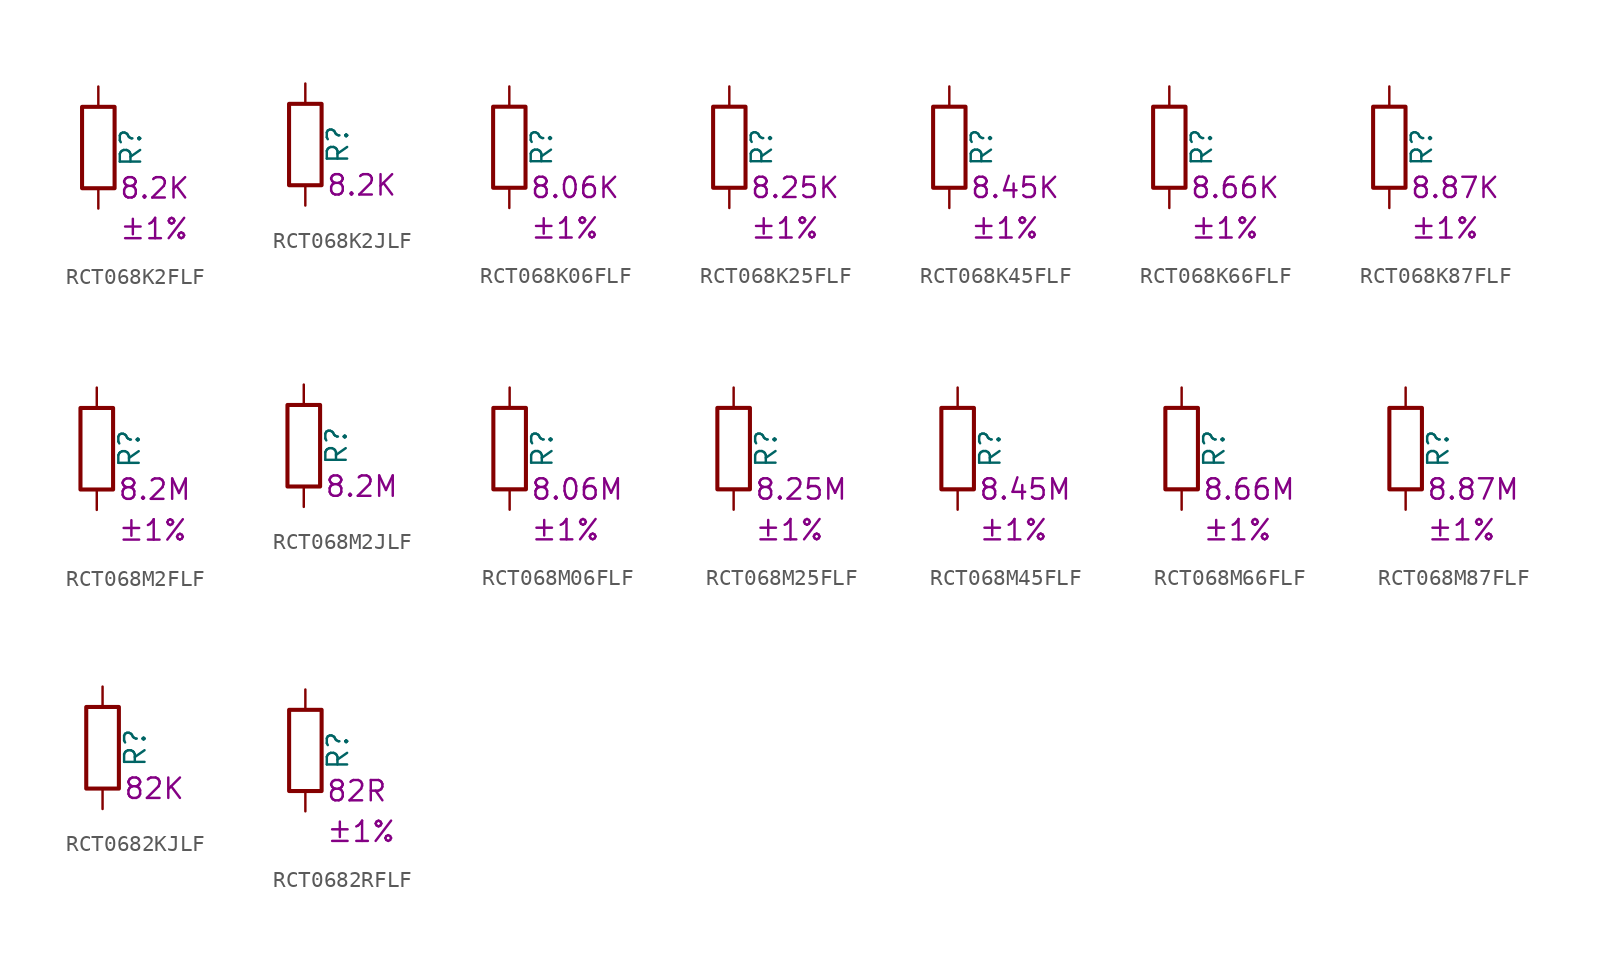
<source format=kicad_sym>
(kicad_symbol_lib
  (version 20220914)
  (generator kicad_symbol_editor)
  (symbol "RCT068K2FLF"
    (pin_numbers hide)
    (pin_names
      (offset 0))
    (property "Reference" "R"
      (at 2.032 0 90)
      (effects (font (size 1.27 1.27))))
    (property "Resistance" "8.2K"
      (at 1.27 -2.54 0)
      (effects (font (size 1.27 1.27)) (justify left)))
    (property "Tolerance" "±1%"
      (at 1.27 -5.08 0)
      (effects (font (size 1.27 1.27)) (justify left)))
    (symbol "RCT068K2FLF_0_1"
      (rectangle (start -1.016 -2.54) (end 1.016 2.54) (stroke (width 0.254) (type default)) (fill (type none))))
    (symbol "RCT068K2FLF_1_1"
      (pin passive line (at 0 3.81 270) (length 1.27) (name "~" (effects (font (size 1.27 1.27)))) (number "1" (effects (font (size 1.27 1.27)))))
      (pin passive line (at 0 -3.81 90) (length 1.27) (name "~" (effects (font (size 1.27 1.27)))) (number "2" (effects (font (size 1.27 1.27)))))))
  (symbol "RCT068K2JLF"
    (pin_numbers hide)
    (pin_names
      (offset 0))
    (property "Reference" "R"
      (at 2.032 0 90)
      (effects (font (size 1.27 1.27))))
    (property "Resistance" "8.2K"
      (at 1.27 -2.54 0)
      (effects (font (size 1.27 1.27)) (justify left)))
    (symbol "RCT068K2JLF_0_1"
      (rectangle (start -1.016 -2.54) (end 1.016 2.54) (stroke (width 0.254) (type default)) (fill (type none))))
    (symbol "RCT068K2JLF_1_1"
      (pin passive line (at 0 3.81 270) (length 1.27) (name "~" (effects (font (size 1.27 1.27)))) (number "1" (effects (font (size 1.27 1.27)))))
      (pin passive line (at 0 -3.81 90) (length 1.27) (name "~" (effects (font (size 1.27 1.27)))) (number "2" (effects (font (size 1.27 1.27)))))))
  (symbol "RCT068K06FLF"
    (pin_numbers hide)
    (pin_names
      (offset 0))
    (property "Reference" "R"
      (at 2.032 0 90)
      (effects (font (size 1.27 1.27))))
    (property "Resistance" "8.06K"
      (at 1.27 -2.54 0)
      (effects (font (size 1.27 1.27)) (justify left)))
    (property "Tolerance" "±1%"
      (at 1.27 -5.08 0)
      (effects (font (size 1.27 1.27)) (justify left)))
    (symbol "RCT068K06FLF_0_1"
      (rectangle (start -1.016 -2.54) (end 1.016 2.54) (stroke (width 0.254) (type default)) (fill (type none))))
    (symbol "RCT068K06FLF_1_1"
      (pin passive line (at 0 3.81 270) (length 1.27) (name "~" (effects (font (size 1.27 1.27)))) (number "1" (effects (font (size 1.27 1.27)))))
      (pin passive line (at 0 -3.81 90) (length 1.27) (name "~" (effects (font (size 1.27 1.27)))) (number "2" (effects (font (size 1.27 1.27)))))))
  (symbol "RCT068K25FLF"
    (pin_numbers hide)
    (pin_names
      (offset 0))
    (property "Reference" "R"
      (at 2.032 0 90)
      (effects (font (size 1.27 1.27))))
    (property "Resistance" "8.25K"
      (at 1.27 -2.54 0)
      (effects (font (size 1.27 1.27)) (justify left)))
    (property "Tolerance" "±1%"
      (at 1.27 -5.08 0)
      (effects (font (size 1.27 1.27)) (justify left)))
    (symbol "RCT068K25FLF_0_1"
      (rectangle (start -1.016 -2.54) (end 1.016 2.54) (stroke (width 0.254) (type default)) (fill (type none))))
    (symbol "RCT068K25FLF_1_1"
      (pin passive line (at 0 3.81 270) (length 1.27) (name "~" (effects (font (size 1.27 1.27)))) (number "1" (effects (font (size 1.27 1.27)))))
      (pin passive line (at 0 -3.81 90) (length 1.27) (name "~" (effects (font (size 1.27 1.27)))) (number "2" (effects (font (size 1.27 1.27)))))))
  (symbol "RCT068K45FLF"
    (pin_numbers hide)
    (pin_names
      (offset 0))
    (property "Reference" "R"
      (at 2.032 0 90)
      (effects (font (size 1.27 1.27))))
    (property "Resistance" "8.45K"
      (at 1.27 -2.54 0)
      (effects (font (size 1.27 1.27)) (justify left)))
    (property "Tolerance" "±1%"
      (at 1.27 -5.08 0)
      (effects (font (size 1.27 1.27)) (justify left)))
    (symbol "RCT068K45FLF_0_1"
      (rectangle (start -1.016 -2.54) (end 1.016 2.54) (stroke (width 0.254) (type default)) (fill (type none))))
    (symbol "RCT068K45FLF_1_1"
      (pin passive line (at 0 3.81 270) (length 1.27) (name "~" (effects (font (size 1.27 1.27)))) (number "1" (effects (font (size 1.27 1.27)))))
      (pin passive line (at 0 -3.81 90) (length 1.27) (name "~" (effects (font (size 1.27 1.27)))) (number "2" (effects (font (size 1.27 1.27)))))))
  (symbol "RCT068K66FLF"
    (pin_numbers hide)
    (pin_names
      (offset 0))
    (property "Reference" "R"
      (at 2.032 0 90)
      (effects (font (size 1.27 1.27))))
    (property "Resistance" "8.66K"
      (at 1.27 -2.54 0)
      (effects (font (size 1.27 1.27)) (justify left)))
    (property "Tolerance" "±1%"
      (at 1.27 -5.08 0)
      (effects (font (size 1.27 1.27)) (justify left)))
    (symbol "RCT068K66FLF_0_1"
      (rectangle (start -1.016 -2.54) (end 1.016 2.54) (stroke (width 0.254) (type default)) (fill (type none))))
    (symbol "RCT068K66FLF_1_1"
      (pin passive line (at 0 3.81 270) (length 1.27) (name "~" (effects (font (size 1.27 1.27)))) (number "1" (effects (font (size 1.27 1.27)))))
      (pin passive line (at 0 -3.81 90) (length 1.27) (name "~" (effects (font (size 1.27 1.27)))) (number "2" (effects (font (size 1.27 1.27)))))))
  (symbol "RCT068K87FLF"
    (pin_numbers hide)
    (pin_names
      (offset 0))
    (property "Reference" "R"
      (at 2.032 0 90)
      (effects (font (size 1.27 1.27))))
    (property "Resistance" "8.87K"
      (at 1.27 -2.54 0)
      (effects (font (size 1.27 1.27)) (justify left)))
    (property "Tolerance" "±1%"
      (at 1.27 -5.08 0)
      (effects (font (size 1.27 1.27)) (justify left)))
    (symbol "RCT068K87FLF_0_1"
      (rectangle (start -1.016 -2.54) (end 1.016 2.54) (stroke (width 0.254) (type default)) (fill (type none))))
    (symbol "RCT068K87FLF_1_1"
      (pin passive line (at 0 3.81 270) (length 1.27) (name "~" (effects (font (size 1.27 1.27)))) (number "1" (effects (font (size 1.27 1.27)))))
      (pin passive line (at 0 -3.81 90) (length 1.27) (name "~" (effects (font (size 1.27 1.27)))) (number "2" (effects (font (size 1.27 1.27)))))))
  (symbol "RCT068M2FLF"
    (pin_numbers hide)
    (pin_names
      (offset 0))
    (property "Reference" "R"
      (at 2.032 0 90)
      (effects (font (size 1.27 1.27))))
    (property "Resistance" "8.2M"
      (at 1.27 -2.54 0)
      (effects (font (size 1.27 1.27)) (justify left)))
    (property "Tolerance" "±1%"
      (at 1.27 -5.08 0)
      (effects (font (size 1.27 1.27)) (justify left)))
    (symbol "RCT068M2FLF_0_1"
      (rectangle (start -1.016 -2.54) (end 1.016 2.54) (stroke (width 0.254) (type default)) (fill (type none))))
    (symbol "RCT068M2FLF_1_1"
      (pin passive line (at 0 3.81 270) (length 1.27) (name "~" (effects (font (size 1.27 1.27)))) (number "1" (effects (font (size 1.27 1.27)))))
      (pin passive line (at 0 -3.81 90) (length 1.27) (name "~" (effects (font (size 1.27 1.27)))) (number "2" (effects (font (size 1.27 1.27)))))))
  (symbol "RCT068M2JLF"
    (pin_numbers hide)
    (pin_names
      (offset 0))
    (property "Reference" "R"
      (at 2.032 0 90)
      (effects (font (size 1.27 1.27))))
    (property "Resistance" "8.2M"
      (at 1.27 -2.54 0)
      (effects (font (size 1.27 1.27)) (justify left)))
    (symbol "RCT068M2JLF_0_1"
      (rectangle (start -1.016 -2.54) (end 1.016 2.54) (stroke (width 0.254) (type default)) (fill (type none))))
    (symbol "RCT068M2JLF_1_1"
      (pin passive line (at 0 3.81 270) (length 1.27) (name "~" (effects (font (size 1.27 1.27)))) (number "1" (effects (font (size 1.27 1.27)))))
      (pin passive line (at 0 -3.81 90) (length 1.27) (name "~" (effects (font (size 1.27 1.27)))) (number "2" (effects (font (size 1.27 1.27)))))))
  (symbol "RCT068M06FLF"
    (pin_numbers hide)
    (pin_names
      (offset 0))
    (property "Reference" "R"
      (at 2.032 0 90)
      (effects (font (size 1.27 1.27))))
    (property "Resistance" "8.06M"
      (at 1.27 -2.54 0)
      (effects (font (size 1.27 1.27)) (justify left)))
    (property "Tolerance" "±1%"
      (at 1.27 -5.08 0)
      (effects (font (size 1.27 1.27)) (justify left)))
    (symbol "RCT068M06FLF_0_1"
      (rectangle (start -1.016 -2.54) (end 1.016 2.54) (stroke (width 0.254) (type default)) (fill (type none))))
    (symbol "RCT068M06FLF_1_1"
      (pin passive line (at 0 3.81 270) (length 1.27) (name "~" (effects (font (size 1.27 1.27)))) (number "1" (effects (font (size 1.27 1.27)))))
      (pin passive line (at 0 -3.81 90) (length 1.27) (name "~" (effects (font (size 1.27 1.27)))) (number "2" (effects (font (size 1.27 1.27)))))))
  (symbol "RCT068M25FLF"
    (pin_numbers hide)
    (pin_names
      (offset 0))
    (property "Reference" "R"
      (at 2.032 0 90)
      (effects (font (size 1.27 1.27))))
    (property "Resistance" "8.25M"
      (at 1.27 -2.54 0)
      (effects (font (size 1.27 1.27)) (justify left)))
    (property "Tolerance" "±1%"
      (at 1.27 -5.08 0)
      (effects (font (size 1.27 1.27)) (justify left)))
    (symbol "RCT068M25FLF_0_1"
      (rectangle (start -1.016 -2.54) (end 1.016 2.54) (stroke (width 0.254) (type default)) (fill (type none))))
    (symbol "RCT068M25FLF_1_1"
      (pin passive line (at 0 3.81 270) (length 1.27) (name "~" (effects (font (size 1.27 1.27)))) (number "1" (effects (font (size 1.27 1.27)))))
      (pin passive line (at 0 -3.81 90) (length 1.27) (name "~" (effects (font (size 1.27 1.27)))) (number "2" (effects (font (size 1.27 1.27)))))))
  (symbol "RCT068M45FLF"
    (pin_numbers hide)
    (pin_names
      (offset 0))
    (property "Reference" "R"
      (at 2.032 0 90)
      (effects (font (size 1.27 1.27))))
    (property "Resistance" "8.45M"
      (at 1.27 -2.54 0)
      (effects (font (size 1.27 1.27)) (justify left)))
    (property "Tolerance" "±1%"
      (at 1.27 -5.08 0)
      (effects (font (size 1.27 1.27)) (justify left)))
    (symbol "RCT068M45FLF_0_1"
      (rectangle (start -1.016 -2.54) (end 1.016 2.54) (stroke (width 0.254) (type default)) (fill (type none))))
    (symbol "RCT068M45FLF_1_1"
      (pin passive line (at 0 3.81 270) (length 1.27) (name "~" (effects (font (size 1.27 1.27)))) (number "1" (effects (font (size 1.27 1.27)))))
      (pin passive line (at 0 -3.81 90) (length 1.27) (name "~" (effects (font (size 1.27 1.27)))) (number "2" (effects (font (size 1.27 1.27)))))))
  (symbol "RCT068M66FLF"
    (pin_numbers hide)
    (pin_names
      (offset 0))
    (property "Reference" "R"
      (at 2.032 0 90)
      (effects (font (size 1.27 1.27))))
    (property "Resistance" "8.66M"
      (at 1.27 -2.54 0)
      (effects (font (size 1.27 1.27)) (justify left)))
    (property "Tolerance" "±1%"
      (at 1.27 -5.08 0)
      (effects (font (size 1.27 1.27)) (justify left)))
    (symbol "RCT068M66FLF_0_1"
      (rectangle (start -1.016 -2.54) (end 1.016 2.54) (stroke (width 0.254) (type default)) (fill (type none))))
    (symbol "RCT068M66FLF_1_1"
      (pin passive line (at 0 3.81 270) (length 1.27) (name "~" (effects (font (size 1.27 1.27)))) (number "1" (effects (font (size 1.27 1.27)))))
      (pin passive line (at 0 -3.81 90) (length 1.27) (name "~" (effects (font (size 1.27 1.27)))) (number "2" (effects (font (size 1.27 1.27)))))))
  (symbol "RCT068M87FLF"
    (pin_numbers hide)
    (pin_names
      (offset 0))
    (property "Reference" "R"
      (at 2.032 0 90)
      (effects (font (size 1.27 1.27))))
    (property "Resistance" "8.87M"
      (at 1.27 -2.54 0)
      (effects (font (size 1.27 1.27)) (justify left)))
    (property "Tolerance" "±1%"
      (at 1.27 -5.08 0)
      (effects (font (size 1.27 1.27)) (justify left)))
    (symbol "RCT068M87FLF_0_1"
      (rectangle (start -1.016 -2.54) (end 1.016 2.54) (stroke (width 0.254) (type default)) (fill (type none))))
    (symbol "RCT068M87FLF_1_1"
      (pin passive line (at 0 3.81 270) (length 1.27) (name "~" (effects (font (size 1.27 1.27)))) (number "1" (effects (font (size 1.27 1.27)))))
      (pin passive line (at 0 -3.81 90) (length 1.27) (name "~" (effects (font (size 1.27 1.27)))) (number "2" (effects (font (size 1.27 1.27)))))))
  (symbol "RCT0682KJLF"
    (pin_numbers hide)
    (pin_names
      (offset 0))
    (property "Reference" "R"
      (at 2.032 0 90)
      (effects (font (size 1.27 1.27))))
    (property "Resistance" "82K"
      (at 1.27 -2.54 0)
      (effects (font (size 1.27 1.27)) (justify left)))
    (symbol "RCT0682KJLF_0_1"
      (rectangle (start -1.016 -2.54) (end 1.016 2.54) (stroke (width 0.254) (type default)) (fill (type none))))
    (symbol "RCT0682KJLF_1_1"
      (pin passive line (at 0 3.81 270) (length 1.27) (name "~" (effects (font (size 1.27 1.27)))) (number "1" (effects (font (size 1.27 1.27)))))
      (pin passive line (at 0 -3.81 90) (length 1.27) (name "~" (effects (font (size 1.27 1.27)))) (number "2" (effects (font (size 1.27 1.27)))))))
  (symbol "RCT0682RFLF"
    (pin_numbers hide)
    (pin_names
      (offset 0))
    (property "Reference" "R"
      (at 2.032 0 90)
      (effects (font (size 1.27 1.27))))
    (property "Resistance" "82R"
      (at 1.27 -2.54 0)
      (effects (font (size 1.27 1.27)) (justify left)))
    (property "Tolerance" "±1%"
      (at 1.27 -5.08 0)
      (effects (font (size 1.27 1.27)) (justify left)))
    (symbol "RCT0682RFLF_0_1"
      (rectangle (start -1.016 -2.54) (end 1.016 2.54) (stroke (width 0.254) (type default)) (fill (type none))))
    (symbol "RCT0682RFLF_1_1"
      (pin passive line (at 0 3.81 270) (length 1.27) (name "~" (effects (font (size 1.27 1.27)))) (number "1" (effects (font (size 1.27 1.27)))))
      (pin passive line (at 0 -3.81 90) (length 1.27) (name "~" (effects (font (size 1.27 1.27)))) (number "2" (effects (font (size 1.27 1.27))))))))
</source>
